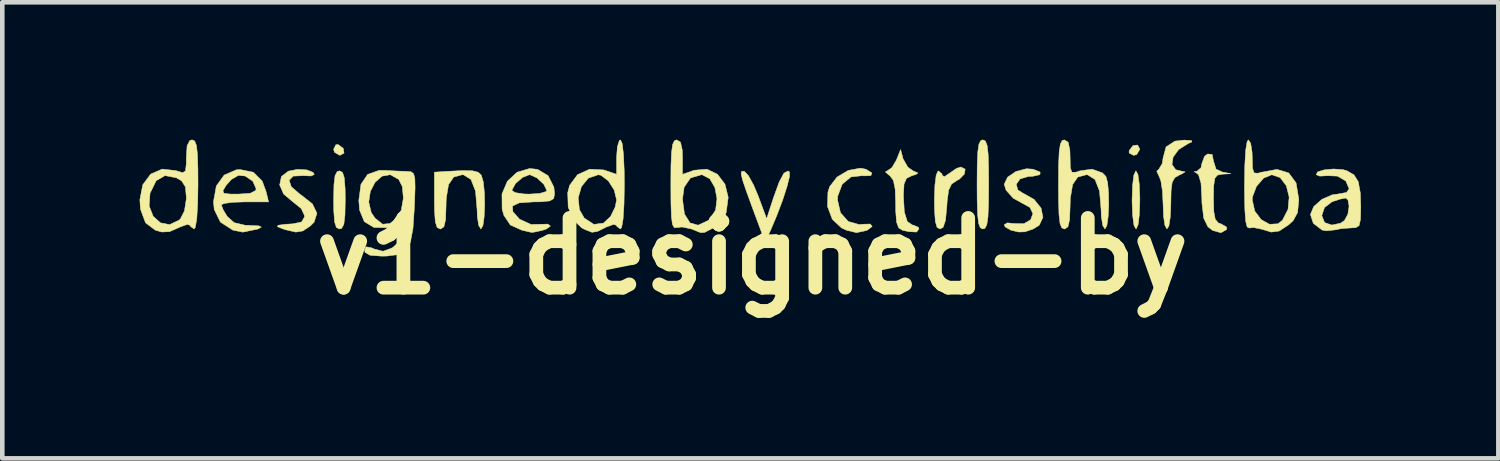
<source format=kicad_pcb>
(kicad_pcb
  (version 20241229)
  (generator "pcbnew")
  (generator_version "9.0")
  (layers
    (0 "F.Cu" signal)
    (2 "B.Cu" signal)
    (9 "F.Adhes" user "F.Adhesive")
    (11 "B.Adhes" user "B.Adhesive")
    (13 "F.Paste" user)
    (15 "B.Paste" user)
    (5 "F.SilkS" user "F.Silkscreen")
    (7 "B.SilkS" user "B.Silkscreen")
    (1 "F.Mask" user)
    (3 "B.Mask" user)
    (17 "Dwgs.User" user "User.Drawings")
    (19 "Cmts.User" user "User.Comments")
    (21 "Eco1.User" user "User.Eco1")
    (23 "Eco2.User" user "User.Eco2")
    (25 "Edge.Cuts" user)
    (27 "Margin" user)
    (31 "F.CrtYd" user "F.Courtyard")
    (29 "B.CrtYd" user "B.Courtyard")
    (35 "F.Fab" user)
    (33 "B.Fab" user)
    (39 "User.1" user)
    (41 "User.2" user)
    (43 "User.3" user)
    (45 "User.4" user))
  (footprint "v1-designed-by"
    (layer "F.Cu")
    (at 13.382 2.545)
    (property "Reference" "v1-designed-by" (at 0 0 0) (layer "F.SilkS") (effects (font (size 1.524 1.524) (thickness 0.3))))
    (attr through_hole)
    (fp_poly (pts (xy -8.932 -2.352) (xy -8.917 -2.25) (xy -9.01 -2.201) (xy -9.127 -2.27) (xy -9.144 -2.335) (xy -9.095 -2.434) (xy -9.043 -2.436) (xy -8.932 -2.352)) (stroke (width 0.01) (type solid)) (fill yes) (layer "F.SilkS"))
    (fp_poly (pts (xy 8.467 -2.335) (xy 8.398 -2.219) (xy 8.333 -2.201) (xy 8.234 -2.251) (xy 8.232 -2.302) (xy 8.316 -2.414) (xy 8.418 -2.428) (xy 8.467 -2.335)) (stroke (width 0.01) (type solid)) (fill yes) (layer "F.SilkS"))
    (fp_poly (pts (xy -8.95 -1.829) (xy -8.911 -1.709) (xy -8.893 -1.471) (xy -8.89 -1.228) (xy -8.897 -0.893) (xy -8.921 -0.696) (xy -8.968 -0.607) (xy -9.017 -0.593) (xy -9.084 -0.626) (xy -9.123 -0.746) (xy -9.141 -0.984) (xy -9.144 -1.228) (xy -9.137 -1.563) (xy -9.113 -1.759) (xy -9.066 -1.848) (xy -9.017 -1.863) (xy -8.95 -1.829)) (stroke (width 0.01) (type solid)) (fill yes) (layer "F.SilkS"))
    (fp_poly (pts (xy 8.425 -1.784) (xy 8.454 -1.571) (xy 8.467 -1.257) (xy 8.467 -1.228) (xy 8.456 -0.908) (xy 8.428 -0.685) (xy 8.386 -0.593) (xy 8.382 -0.593) (xy 8.339 -0.671) (xy 8.31 -0.885) (xy 8.297 -1.198) (xy 8.297 -1.228) (xy 8.308 -1.548) (xy 8.336 -1.771) (xy 8.378 -1.862) (xy 8.382 -1.863) (xy 8.425 -1.784)) (stroke (width 0.01) (type solid)) (fill yes) (layer "F.SilkS"))
    (fp_poly (pts (xy 5.093 -2.514) (xy 5.131 -2.418) (xy 5.153 -2.227) (xy 5.163 -1.913) (xy 5.165 -1.566) (xy 5.161 -1.139) (xy 5.149 -0.854) (xy 5.124 -0.686) (xy 5.083 -0.608) (xy 5.038 -0.593) (xy 4.982 -0.619) (xy 4.945 -0.714) (xy 4.923 -0.906) (xy 4.913 -1.22) (xy 4.911 -1.566) (xy 4.914 -1.994) (xy 4.927 -2.279) (xy 4.952 -2.447) (xy 4.992 -2.525) (xy 5.038 -2.54) (xy 5.093 -2.514)) (stroke (width 0.01) (type solid)) (fill yes) (layer "F.SilkS"))
    (fp_poly (pts (xy 4.651 -1.9) (xy 4.634 -1.793) (xy 4.524 -1.681) (xy 4.466 -1.65) (xy 4.354 -1.574) (xy 4.29 -1.442) (xy 4.258 -1.205) (xy 4.25 -1.079) (xy 4.222 -0.783) (xy 4.17 -0.63) (xy 4.102 -0.593) (xy 4.037 -0.629) (xy 3.999 -0.759) (xy 3.982 -1.012) (xy 3.979 -1.228) (xy 3.99 -1.548) (xy 4.018 -1.771) (xy 4.06 -1.862) (xy 4.064 -1.863) (xy 4.144 -1.797) (xy 4.149 -1.765) (xy 4.198 -1.735) (xy 4.303 -1.807) (xy 4.461 -1.916) (xy 4.558 -1.947) (xy 4.651 -1.9)) (stroke (width 0.01) (type solid)) (fill yes) (layer "F.SilkS"))
    (fp_poly (pts (xy 2.485 -1.898) (xy 2.614 -1.817) (xy 2.591 -1.758) (xy 2.435 -1.753) (xy 2.41 -1.758) (xy 2.158 -1.731) (xy 1.966 -1.572) (xy 1.868 -1.314) (xy 1.863 -1.228) (xy 1.927 -0.948) (xy 2.097 -0.757) (xy 2.335 -0.69) (xy 2.41 -0.697) (xy 2.579 -0.701) (xy 2.62 -0.647) (xy 2.513 -0.568) (xy 2.491 -0.559) (xy 2.278 -0.513) (xy 2.061 -0.565) (xy 1.95 -0.616) (xy 1.749 -0.805) (xy 1.644 -1.085) (xy 1.653 -1.398) (xy 1.691 -1.518) (xy 1.852 -1.727) (xy 2.098 -1.873) (xy 2.362 -1.922) (xy 2.485 -1.898)) (stroke (width 0.01) (type solid)) (fill yes) (layer "F.SilkS"))
    (fp_poly (pts (xy 0.814 -1.839) (xy 0.814 -1.736) (xy 0.759 -1.518) (xy 0.664 -1.225) (xy 0.54 -0.896) (xy 0.403 -0.57) (xy 0.325 -0.405) (xy 0.174 -0.167) (xy 0.009 -0.008) (xy -0.135 0.046) (xy -0.211 0.000383) (xy -0.188 -0.104) (xy -0.065 -0.255) (xy -0.026 -0.29) (xy 0.212 -0.496) (xy 0.013 -1.031) (xy -0.125 -1.409) (xy -0.209 -1.655) (xy -0.243 -1.794) (xy -0.233 -1.852) (xy -0.186 -1.854) (xy -0.168 -1.848) (xy -0.081 -1.754) (xy 0.032 -1.547) (xy 0.13 -1.314) (xy 0.315 -0.817) (xy 0.464 -1.276) (xy 0.59 -1.623) (xy 0.693 -1.814) (xy 0.781 -1.86) (xy 0.814 -1.839)) (stroke (width 0.01) (type solid)) (fill yes) (layer "F.SilkS"))
    (fp_poly (pts (xy 9.597 -2.525) (xy 9.604 -2.497) (xy 9.522 -2.459) (xy 9.314 -2.328) (xy 9.193 -2.161) (xy 9.169 -2.001) (xy 9.252 -1.887) (xy 9.374 -1.857) (xy 9.456 -1.842) (xy 9.385 -1.796) (xy 9.335 -1.775) (xy 9.231 -1.716) (xy 9.173 -1.613) (xy 9.149 -1.424) (xy 9.144 -1.146) (xy 9.132 -0.857) (xy 9.101 -0.659) (xy 9.059 -0.593) (xy 9.015 -0.67) (xy 8.984 -0.874) (xy 8.975 -1.126) (xy 8.961 -1.42) (xy 8.925 -1.649) (xy 8.883 -1.752) (xy 8.836 -1.854) (xy 8.883 -1.9) (xy 8.956 -2.022) (xy 8.975 -2.147) (xy 9.039 -2.385) (xy 9.231 -2.512) (xy 9.436 -2.535) (xy 9.597 -2.525)) (stroke (width 0.01) (type solid)) (fill yes) (layer "F.SilkS"))
    (fp_poly (pts (xy 10.047 -2.221) (xy 10.075 -2.078) (xy 10.131 -1.901) (xy 10.266 -1.838) (xy 10.456 -1.801) (xy 10.266 -1.79) (xy 10.16 -1.769) (xy 10.103 -1.696) (xy 10.08 -1.53) (xy 10.075 -1.262) (xy 10.083 -0.97) (xy 10.114 -0.805) (xy 10.181 -0.726) (xy 10.244 -0.702) (xy 10.359 -0.637) (xy 10.366 -0.583) (xy 10.237 -0.511) (xy 10.058 -0.561) (xy 9.954 -0.641) (xy 9.862 -0.829) (xy 9.823 -1.161) (xy 9.821 -1.269) (xy 9.803 -1.593) (xy 9.75 -1.775) (xy 9.716 -1.807) (xy 9.653 -1.845) (xy 9.716 -1.856) (xy 9.803 -1.932) (xy 9.821 -2.023) (xy 9.88 -2.181) (xy 9.948 -2.232) (xy 10.047 -2.221)) (stroke (width 0.01) (type solid)) (fill yes) (layer "F.SilkS"))
    (fp_poly (pts (xy 3.295 -2.125) (xy 3.398 -1.944) (xy 3.511 -1.864) (xy 3.619 -1.816) (xy 3.573 -1.782) (xy 3.488 -1.758) (xy 3.37 -1.7) (xy 3.316 -1.575) (xy 3.302 -1.332) (xy 3.302 -1.327) (xy 3.322 -0.968) (xy 3.386 -0.757) (xy 3.5 -0.679) (xy 3.523 -0.677) (xy 3.629 -0.629) (xy 3.641 -0.593) (xy 3.589 -0.526) (xy 3.419 -0.535) (xy 3.281 -0.566) (xy 3.198 -0.618) (xy 3.152 -0.744) (xy 3.134 -0.982) (xy 3.133 -1.145) (xy 3.122 -1.463) (xy 3.083 -1.653) (xy 3.008 -1.756) (xy 2.985 -1.771) (xy 2.907 -1.84) (xy 2.944 -1.86) (xy 3.05 -1.932) (xy 3.147 -2.095) (xy 3.241 -2.328) (xy 3.295 -2.125)) (stroke (width 0.01) (type solid)) (fill yes) (layer "F.SilkS"))
    (fp_poly (pts (xy 6.133 -1.899) (xy 6.289 -1.837) (xy 6.284 -1.78) (xy 6.131 -1.745) (xy 6.031 -1.74) (xy 5.851 -1.687) (xy 5.768 -1.571) (xy 5.8 -1.447) (xy 5.899 -1.384) (xy 6.155 -1.24) (xy 6.309 -1.049) (xy 6.35 -0.847) (xy 6.268 -0.674) (xy 6.133 -0.591) (xy 5.955 -0.531) (xy 5.821 -0.527) (xy 5.652 -0.566) (xy 5.526 -0.637) (xy 5.503 -0.685) (xy 5.573 -0.727) (xy 5.716 -0.712) (xy 5.936 -0.709) (xy 6.081 -0.795) (xy 6.131 -0.928) (xy 6.066 -1.064) (xy 5.919 -1.145) (xy 5.701 -1.265) (xy 5.545 -1.44) (xy 5.503 -1.57) (xy 5.578 -1.725) (xy 5.76 -1.849) (xy 5.988 -1.909) (xy 6.133 -1.899)) (stroke (width 0.01) (type solid)) (fill yes) (layer "F.SilkS"))
    (fp_poly (pts (xy -9.729 -1.884) (xy -9.592 -1.829) (xy -9.567 -1.783) (xy -9.639 -1.751) (xy -9.809 -1.758) (xy -10.028 -1.748) (xy -10.116 -1.657) (xy -10.069 -1.515) (xy -9.884 -1.356) (xy -9.866 -1.345) (xy -9.608 -1.142) (xy -9.509 -0.937) (xy -9.571 -0.741) (xy -9.651 -0.661) (xy -9.815 -0.551) (xy -9.971 -0.525) (xy -10.196 -0.577) (xy -10.245 -0.593) (xy -10.37 -0.642) (xy -10.36 -0.674) (xy -10.202 -0.696) (xy -10.033 -0.706) (xy -9.843 -0.747) (xy -9.78 -0.859) (xy -9.779 -0.882) (xy -9.85 -1.037) (xy -10.029 -1.183) (xy -10.033 -1.185) (xy -10.237 -1.357) (xy -10.323 -1.556) (xy -10.285 -1.739) (xy -10.132 -1.857) (xy -9.931 -1.896) (xy -9.729 -1.884)) (stroke (width 0.01) (type solid)) (fill yes) (layer "F.SilkS"))
    (fp_poly (pts (xy -6.11 -1.864) (xy -5.988 -1.833) (xy -5.921 -1.772) (xy -5.917 -1.765) (xy -5.875 -1.622) (xy -5.851 -1.39) (xy -5.845 -1.119) (xy -5.856 -0.861) (xy -5.883 -0.668) (xy -5.927 -0.593) (xy -5.927 -0.593) (xy -5.975 -0.669) (xy -6.005 -0.864) (xy -6.011 -1.022) (xy -6.045 -1.422) (xy -6.144 -1.675) (xy -6.307 -1.776) (xy -6.336 -1.778) (xy -6.521 -1.727) (xy -6.634 -1.563) (xy -6.684 -1.264) (xy -6.689 -1.084) (xy -6.699 -0.794) (xy -6.736 -0.641) (xy -6.807 -0.593) (xy -6.816 -0.593) (xy -6.883 -0.626) (xy -6.923 -0.748) (xy -6.94 -0.989) (xy -6.943 -1.214) (xy -6.943 -1.834) (xy -6.668 -1.852) (xy -6.324 -1.869) (xy -6.11 -1.864)) (stroke (width 0.01) (type solid)) (fill yes) (layer "F.SilkS"))
    (fp_poly (pts (xy -10.895 -1.831) (xy -10.705 -1.641) (xy -10.622 -1.418) (xy -10.565 -1.185) (xy -11.082 -1.185) (xy -11.353 -1.176) (xy -11.54 -1.15) (xy -11.599 -1.12) (xy -11.555 -1.008) (xy -11.468 -0.866) (xy -11.317 -0.731) (xy -11.083 -0.676) (xy -10.981 -0.671) (xy -10.776 -0.661) (xy -10.724 -0.634) (xy -10.795 -0.593) (xy -11.129 -0.524) (xy -11.345 -0.568) (xy -11.617 -0.743) (xy -11.752 -1.018) (xy -11.769 -1.189) (xy -11.725 -1.429) (xy -11.562 -1.429) (xy -11.543 -1.374) (xy -11.407 -1.356) (xy -11.229 -1.355) (xy -10.965 -1.373) (xy -10.848 -1.433) (xy -10.837 -1.471) (xy -10.91 -1.638) (xy -11.077 -1.75) (xy -11.225 -1.764) (xy -11.377 -1.676) (xy -11.494 -1.545) (xy -11.562 -1.429) (xy -11.725 -1.429) (xy -11.707 -1.532) (xy -11.535 -1.771) (xy -11.272 -1.885) (xy -11.185 -1.891) (xy -10.895 -1.831)) (stroke (width 0.01) (type solid)) (fill yes) (layer "F.SilkS"))
    (fp_poly (pts (xy 6.9 -2.49) (xy 6.938 -2.32) (xy 6.943 -2.161) (xy 6.948 -1.93) (xy 6.982 -1.833) (xy 7.069 -1.833) (xy 7.154 -1.862) (xy 7.423 -1.9) (xy 7.65 -1.818) (xy 7.725 -1.742) (xy 7.763 -1.608) (xy 7.783 -1.382) (xy 7.787 -1.115) (xy 7.774 -0.859) (xy 7.746 -0.667) (xy 7.705 -0.593) (xy 7.657 -0.669) (xy 7.626 -0.864) (xy 7.62 -1.022) (xy 7.586 -1.422) (xy 7.487 -1.675) (xy 7.325 -1.776) (xy 7.295 -1.778) (xy 7.11 -1.727) (xy 6.998 -1.563) (xy 6.948 -1.264) (xy 6.943 -1.084) (xy 6.932 -0.794) (xy 6.896 -0.641) (xy 6.825 -0.593) (xy 6.816 -0.593) (xy 6.76 -0.619) (xy 6.723 -0.714) (xy 6.701 -0.906) (xy 6.691 -1.22) (xy 6.689 -1.566) (xy 6.692 -1.994) (xy 6.705 -2.279) (xy 6.73 -2.447) (xy 6.77 -2.525) (xy 6.816 -2.54) (xy 6.9 -2.49)) (stroke (width 0.01) (type solid)) (fill yes) (layer "F.SilkS"))
    (fp_poly (pts (xy 12.899 -1.89) (xy 12.985 -1.867) (xy 13.144 -1.776) (xy 13.238 -1.626) (xy 13.283 -1.379) (xy 13.293 -1.06) (xy 13.286 -0.799) (xy 13.255 -0.666) (xy 13.181 -0.621) (xy 13.102 -0.618) (xy 12.865 -0.601) (xy 12.742 -0.575) (xy 12.542 -0.553) (xy 12.446 -0.571) (xy 12.256 -0.717) (xy 12.201 -0.886) (xy 12.441 -0.886) (xy 12.502 -0.734) (xy 12.658 -0.679) (xy 12.85 -0.719) (xy 12.937 -0.779) (xy 13.011 -0.917) (xy 13.037 -1.092) (xy 13.012 -1.232) (xy 12.96 -1.27) (xy 12.827 -1.242) (xy 12.663 -1.187) (xy 12.5 -1.062) (xy 12.441 -0.886) (xy 12.201 -0.886) (xy 12.193 -0.91) (xy 12.265 -1.083) (xy 12.445 -1.242) (xy 12.674 -1.341) (xy 12.785 -1.355) (xy 12.98 -1.39) (xy 13.039 -1.471) (xy 12.965 -1.643) (xy 12.783 -1.748) (xy 12.571 -1.757) (xy 12.397 -1.748) (xy 12.318 -1.779) (xy 12.351 -1.841) (xy 12.497 -1.885) (xy 12.698 -1.904) (xy 12.899 -1.89)) (stroke (width 0.01) (type solid)) (fill yes) (layer "F.SilkS"))
    (fp_poly (pts (xy -4.692 -1.896) (xy -4.459 -1.758) (xy -4.333 -1.507) (xy -4.318 -1.36) (xy -4.337 -1.259) (xy -4.42 -1.207) (xy -4.608 -1.187) (xy -4.784 -1.185) (xy -5.091 -1.163) (xy -5.238 -1.094) (xy -5.229 -0.972) (xy -5.083 -0.807) (xy -4.835 -0.693) (xy -4.66 -0.695) (xy -4.465 -0.7) (xy -4.408 -0.657) (xy -4.501 -0.591) (xy -4.593 -0.561) (xy -4.759 -0.525) (xy -4.826 -0.519) (xy -4.934 -0.544) (xy -5.038 -0.569) (xy -5.284 -0.68) (xy -5.424 -0.889) (xy -5.464 -1.027) (xy -5.467 -1.356) (xy -5.435 -1.433) (xy -5.249 -1.433) (xy -5.174 -1.386) (xy -4.982 -1.358) (xy -4.868 -1.355) (xy -4.641 -1.37) (xy -4.505 -1.41) (xy -4.487 -1.433) (xy -4.553 -1.57) (xy -4.7 -1.707) (xy -4.854 -1.777) (xy -4.868 -1.778) (xy -5.019 -1.719) (xy -5.171 -1.586) (xy -5.248 -1.446) (xy -5.249 -1.433) (xy -5.435 -1.433) (xy -5.349 -1.636) (xy -5.137 -1.833) (xy -4.863 -1.914) (xy -4.692 -1.896)) (stroke (width 0.01) (type solid)) (fill yes) (layer "F.SilkS"))
    (fp_poly (pts (xy -1.567 -2.49) (xy -1.529 -2.319) (xy -1.524 -2.163) (xy -1.524 -1.787) (xy -1.269 -1.876) (xy -0.991 -1.9) (xy -0.759 -1.788) (xy -0.596 -1.572) (xy -0.525 -1.285) (xy -0.568 -0.958) (xy -0.586 -0.908) (xy -0.694 -0.752) (xy -0.868 -0.607) (xy -1.042 -0.518) (xy -1.127 -0.513) (xy -1.208 -0.545) (xy -1.334 -0.595) (xy -1.534 -0.637) (xy -1.651 -0.623) (xy -1.706 -0.624) (xy -1.743 -0.693) (xy -1.765 -0.856) (xy -1.775 -1.138) (xy -1.776 -1.242) (xy -1.524 -1.242) (xy -1.48 -0.92) (xy -1.36 -0.727) (xy -1.182 -0.676) (xy -0.963 -0.779) (xy -0.917 -0.817) (xy -0.8 -1.01) (xy -0.77 -1.255) (xy -0.816 -1.499) (xy -0.928 -1.691) (xy -1.094 -1.777) (xy -1.112 -1.778) (xy -1.349 -1.708) (xy -1.488 -1.505) (xy -1.524 -1.242) (xy -1.776 -1.242) (xy -1.778 -1.557) (xy -1.775 -1.987) (xy -1.762 -2.274) (xy -1.738 -2.444) (xy -1.697 -2.524) (xy -1.651 -2.54) (xy -1.567 -2.49)) (stroke (width 0.01) (type solid)) (fill yes) (layer "F.SilkS"))
    (fp_poly (pts (xy 10.888 -2.464) (xy 10.918 -2.272) (xy 10.922 -2.153) (xy 10.928 -1.92) (xy 10.962 -1.818) (xy 11.046 -1.811) (xy 11.113 -1.831) (xy 11.462 -1.895) (xy 11.719 -1.817) (xy 11.879 -1.601) (xy 11.938 -1.249) (xy 11.938 -1.218) (xy 11.912 -0.951) (xy 11.814 -0.773) (xy 11.715 -0.683) (xy 11.511 -0.549) (xy 11.337 -0.525) (xy 11.134 -0.587) (xy 10.949 -0.625) (xy 10.858 -0.614) (xy 10.811 -0.637) (xy 10.779 -0.761) (xy 10.761 -1.007) (xy 10.756 -1.228) (xy 10.922 -1.228) (xy 10.977 -0.984) (xy 11.117 -0.798) (xy 11.299 -0.696) (xy 11.484 -0.707) (xy 11.582 -0.784) (xy 11.704 -1.023) (xy 11.728 -1.29) (xy 11.667 -1.537) (xy 11.531 -1.716) (xy 11.348 -1.778) (xy 11.17 -1.704) (xy 11.014 -1.523) (xy 10.927 -1.295) (xy 10.922 -1.228) (xy 10.756 -1.228) (xy 10.753 -1.395) (xy 10.753 -1.557) (xy 10.76 -1.993) (xy 10.779 -2.314) (xy 10.81 -2.501) (xy 10.837 -2.54) (xy 10.888 -2.464)) (stroke (width 0.01) (type solid)) (fill yes) (layer "F.SilkS"))
    (fp_poly (pts (xy -2.841 -2.459) (xy -2.813 -2.229) (xy -2.797 -1.871) (xy -2.794 -1.566) (xy -2.801 -1.133) (xy -2.821 -0.814) (xy -2.852 -0.63) (xy -2.879 -0.593) (xy -2.961 -0.653) (xy -2.963 -0.672) (xy -3.027 -0.694) (xy -3.182 -0.638) (xy -3.196 -0.631) (xy -3.381 -0.539) (xy -3.5 -0.521) (xy -3.64 -0.575) (xy -3.725 -0.617) (xy -3.913 -0.798) (xy -4.021 -1.074) (xy -4.027 -1.274) (xy -3.802 -1.274) (xy -3.775 -1.016) (xy -3.67 -0.832) (xy -3.46 -0.694) (xy -3.25 -0.721) (xy -3.095 -0.866) (xy -2.994 -1.073) (xy -2.963 -1.228) (xy -3.016 -1.446) (xy -3.145 -1.646) (xy -3.304 -1.766) (xy -3.364 -1.778) (xy -3.58 -1.705) (xy -3.731 -1.52) (xy -3.802 -1.274) (xy -4.027 -1.274) (xy -4.031 -1.385) (xy -3.989 -1.547) (xy -3.816 -1.78) (xy -3.552 -1.899) (xy -3.243 -1.883) (xy -3.203 -1.87) (xy -2.963 -1.787) (xy -2.963 -2.163) (xy -2.946 -2.389) (xy -2.903 -2.524) (xy -2.879 -2.54) (xy -2.841 -2.459)) (stroke (width 0.01) (type solid)) (fill yes) (layer "F.SilkS"))
    (fp_poly (pts (xy -12.179 -2.514) (xy -12.141 -2.418) (xy -12.119 -2.227) (xy -12.109 -1.913) (xy -12.107 -1.566) (xy -12.114 -1.133) (xy -12.134 -0.814) (xy -12.166 -0.63) (xy -12.192 -0.593) (xy -12.274 -0.653) (xy -12.277 -0.672) (xy -12.34 -0.694) (xy -12.495 -0.638) (xy -12.509 -0.631) (xy -12.728 -0.535) (xy -12.899 -0.527) (xy -13.039 -0.567) (xy -13.253 -0.728) (xy -13.362 -1.022) (xy -13.368 -1.095) (xy -13.174 -1.095) (xy -13.087 -0.872) (xy -12.927 -0.727) (xy -12.727 -0.689) (xy -12.521 -0.786) (xy -12.494 -0.81) (xy -12.403 -0.988) (xy -12.362 -1.248) (xy -12.361 -1.278) (xy -12.382 -1.513) (xy -12.466 -1.645) (xy -12.58 -1.712) (xy -12.829 -1.759) (xy -13.021 -1.647) (xy -13.153 -1.378) (xy -13.155 -1.37) (xy -13.174 -1.095) (xy -13.368 -1.095) (xy -13.377 -1.231) (xy -13.313 -1.56) (xy -13.14 -1.792) (xy -12.888 -1.902) (xy -12.586 -1.867) (xy -12.572 -1.862) (xy -12.443 -1.823) (xy -12.381 -1.86) (xy -12.363 -2.01) (xy -12.361 -2.161) (xy -12.345 -2.411) (xy -12.287 -2.525) (xy -12.234 -2.54) (xy -12.179 -2.514)) (stroke (width 0.01) (type solid)) (fill yes) (layer "F.SilkS"))
    (fp_poly (pts (xy -7.762 -1.859) (xy -7.547 -1.851) (xy -7.454 -1.843) (xy -7.398 -1.802) (xy -7.37 -1.698) (xy -7.365 -1.498) (xy -7.376 -1.17) (xy -7.382 -1.04) (xy -7.411 -0.603) (xy -7.467 -0.307) (xy -7.568 -0.127) (xy -7.732 -0.034) (xy -7.98 -0.002) (xy -8.102 0) (xy -8.348 -0.019) (xy -8.456 -0.081) (xy -8.467 -0.125) (xy -8.439 -0.204) (xy -8.326 -0.185) (xy -8.258 -0.156) (xy -8.066 -0.106) (xy -7.879 -0.174) (xy -7.835 -0.202) (xy -7.681 -0.352) (xy -7.62 -0.502) (xy -7.646 -0.604) (xy -7.753 -0.636) (xy -7.938 -0.62) (xy -8.264 -0.627) (xy -8.474 -0.753) (xy -8.578 -1.007) (xy -8.591 -1.182) (xy -8.377 -1.182) (xy -8.323 -0.952) (xy -8.242 -0.832) (xy -8.074 -0.697) (xy -7.915 -0.713) (xy -7.775 -0.817) (xy -7.667 -1.004) (xy -7.621 -1.263) (xy -7.643 -1.517) (xy -7.722 -1.676) (xy -7.907 -1.779) (xy -8.086 -1.747) (xy -8.238 -1.614) (xy -8.342 -1.415) (xy -8.377 -1.182) (xy -8.591 -1.182) (xy -8.594 -1.218) (xy -8.547 -1.569) (xy -8.401 -1.785) (xy -8.152 -1.873) (xy -8.026 -1.873) (xy -7.762 -1.859)) (stroke (width 0.01) (type solid)) (fill yes) (layer "F.SilkS")))
  (gr_rect
    (start -3 -3)
    (end 29.68 6.963)
    (stroke (width 0.1) (type default))
    (fill no)
    (layer "Edge.Cuts")))
</source>
